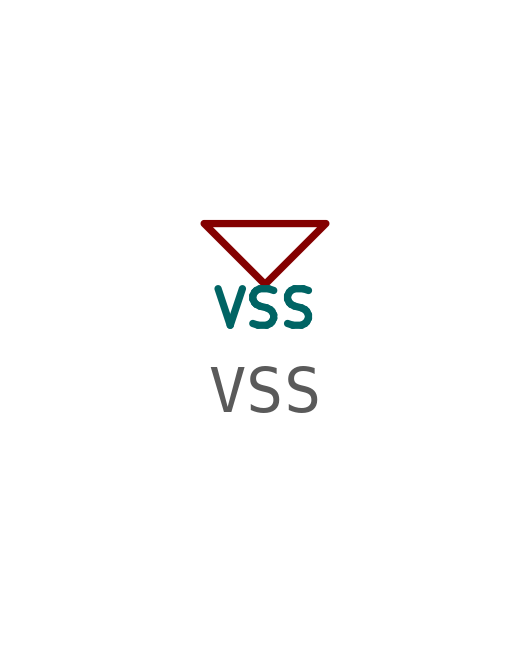
<source format=kicad_sym>
(kicad_symbol_lib
  (version 20211014)
  (generator kicad_symbol_editor)
  (symbol "VSS"
    (power)
    (pin_names
      (offset 0))
    (property "Reference" "#PWR"
      (at 0 0 0)
      (effects (font (size 0.762 0.762)) hide))
    (property "Value" "VSS"
      (at 0 -1.778 0)
      (effects (font (size 0.762 0.762))))
    (symbol "VSS_0_1"
      (polyline (pts (xy -1.27 0) (xy 0 -1.27) (xy 1.27 0) (xy -1.27 0)) (stroke (width 0) (type default) (color 0 0 0 0)) (fill (type none))))
    (symbol "VSS_1_1"
      (pin power_in line (at 0 0 90) (length 0) hide (name "VSS" (effects (font (size 0.762 0.762)))) (number "1" (effects (font (size 0.762 0.762))))))))
</source>
